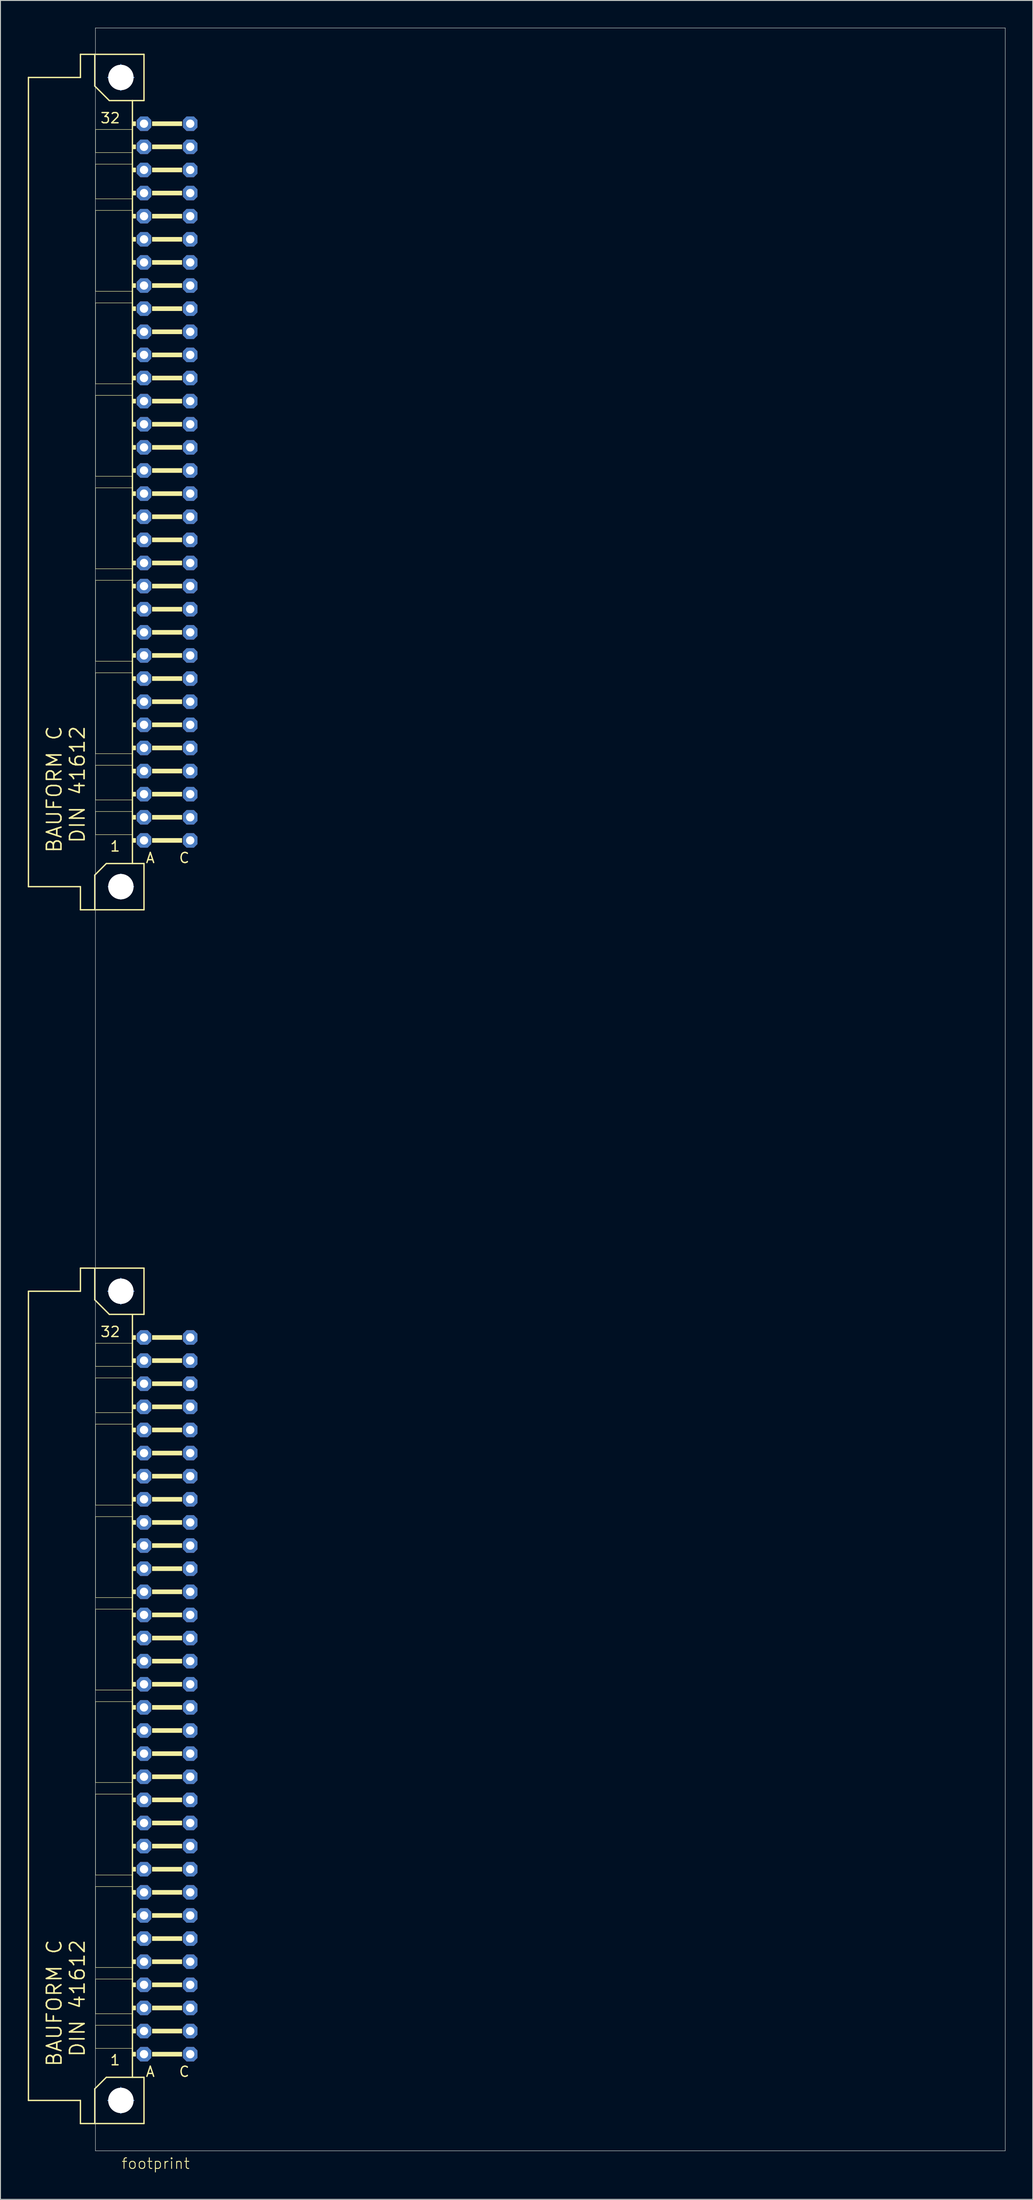
<source format=kicad_pcb>
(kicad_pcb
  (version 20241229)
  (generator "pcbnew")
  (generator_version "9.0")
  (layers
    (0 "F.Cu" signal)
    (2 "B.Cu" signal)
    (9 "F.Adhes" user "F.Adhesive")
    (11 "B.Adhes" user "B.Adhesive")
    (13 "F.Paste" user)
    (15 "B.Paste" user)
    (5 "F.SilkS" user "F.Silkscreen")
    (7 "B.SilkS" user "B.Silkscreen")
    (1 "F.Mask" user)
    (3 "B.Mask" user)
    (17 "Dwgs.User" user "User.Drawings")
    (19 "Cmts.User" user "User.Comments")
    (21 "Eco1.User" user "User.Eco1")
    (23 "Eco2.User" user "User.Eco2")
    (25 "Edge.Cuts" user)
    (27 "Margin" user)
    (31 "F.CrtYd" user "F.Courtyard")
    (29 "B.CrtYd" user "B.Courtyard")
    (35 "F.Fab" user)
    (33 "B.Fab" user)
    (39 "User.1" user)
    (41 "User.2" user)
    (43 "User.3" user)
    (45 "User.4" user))
  (footprint "footprint"
    (layer "F.Cu")
    (at 7.696 234.061)
    (property "Reference" "footprint" (at 2.54 1.27 0) (layer "F.SilkS") (effects (font (size 1.168 1.168) (thickness 0.102)) (justify left bottom)))
    (fp_line (start -7.62 -228.6) (end -7.62 -139.7) (stroke (width 0.152) (type solid)) (layer "F.SilkS"))
    (fp_line (start -7.62 -139.7) (end -1.905 -139.7) (stroke (width 0.152) (type solid)) (layer "F.SilkS"))
    (fp_line (start -7.62 -95.25) (end -7.62 -6.35) (stroke (width 0.152) (type solid)) (layer "F.SilkS"))
    (fp_line (start -7.62 -6.35) (end -1.905 -6.35) (stroke (width 0.152) (type solid)) (layer "F.SilkS"))
    (fp_line (start -1.905 -231.14) (end -1.905 -228.6) (stroke (width 0.152) (type solid)) (layer "F.SilkS"))
    (fp_line (start -1.905 -228.6) (end -7.62 -228.6) (stroke (width 0.152) (type solid)) (layer "F.SilkS"))
    (fp_line (start -1.905 -139.7) (end -1.905 -137.16) (stroke (width 0.152) (type solid)) (layer "F.SilkS"))
    (fp_line (start -1.905 -137.16) (end -0.33 -137.16) (stroke (width 0.152) (type solid)) (layer "F.SilkS"))
    (fp_line (start -1.905 -97.79) (end -1.905 -95.25) (stroke (width 0.152) (type solid)) (layer "F.SilkS"))
    (fp_line (start -1.905 -95.25) (end -7.62 -95.25) (stroke (width 0.152) (type solid)) (layer "F.SilkS"))
    (fp_line (start -1.905 -6.35) (end -1.905 -3.81) (stroke (width 0.152) (type solid)) (layer "F.SilkS"))
    (fp_line (start -1.905 -3.81) (end -0.33 -3.81) (stroke (width 0.152) (type solid)) (layer "F.SilkS"))
    (fp_line (start -0.33 -231.14) (end -1.905 -231.14) (stroke (width 0.152) (type solid)) (layer "F.SilkS"))
    (fp_line (start -0.33 -227.66) (end -0.33 -231.14) (stroke (width 0.152) (type solid)) (layer "F.SilkS"))
    (fp_line (start -0.33 -227.66) (end 1.27 -226.06) (stroke (width 0.152) (type solid)) (layer "F.SilkS"))
    (fp_line (start -0.33 -140.97) (end -0.33 -137.16) (stroke (width 0.152) (type solid)) (layer "F.SilkS"))
    (fp_line (start -0.33 -137.16) (end 5.08 -137.16) (stroke (width 0.152) (type solid)) (layer "F.SilkS"))
    (fp_line (start -0.33 -97.79) (end -1.905 -97.79) (stroke (width 0.152) (type solid)) (layer "F.SilkS"))
    (fp_line (start -0.33 -94.31) (end -0.33 -97.79) (stroke (width 0.152) (type solid)) (layer "F.SilkS"))
    (fp_line (start -0.33 -94.31) (end 1.27 -92.71) (stroke (width 0.152) (type solid)) (layer "F.SilkS"))
    (fp_line (start -0.33 -7.62) (end -0.33 -3.81) (stroke (width 0.152) (type solid)) (layer "F.SilkS"))
    (fp_line (start -0.33 -3.81) (end 5.08 -3.81) (stroke (width 0.152) (type solid)) (layer "F.SilkS"))
    (fp_line (start -0.254 -222.885) (end 3.81 -222.885) (stroke (width 0.051) (type solid)) (layer "F.SilkS"))
    (fp_line (start -0.254 -220.345) (end -0.254 -222.885) (stroke (width 0.051) (type solid)) (layer "F.SilkS"))
    (fp_line (start -0.254 -220.345) (end 3.81 -220.345) (stroke (width 0.051) (type solid)) (layer "F.SilkS"))
    (fp_line (start -0.254 -219.075) (end 3.81 -219.075) (stroke (width 0.051) (type solid)) (layer "F.SilkS"))
    (fp_line (start -0.254 -215.265) (end -0.254 -219.075) (stroke (width 0.051) (type solid)) (layer "F.SilkS"))
    (fp_line (start -0.254 -215.265) (end 3.81 -215.265) (stroke (width 0.051) (type solid)) (layer "F.SilkS"))
    (fp_line (start -0.254 -213.995) (end 3.81 -213.995) (stroke (width 0.051) (type solid)) (layer "F.SilkS"))
    (fp_line (start -0.254 -205.105) (end -0.254 -213.995) (stroke (width 0.051) (type solid)) (layer "F.SilkS"))
    (fp_line (start -0.254 -205.105) (end 3.81 -205.105) (stroke (width 0.051) (type solid)) (layer "F.SilkS"))
    (fp_line (start -0.254 -203.835) (end 3.81 -203.835) (stroke (width 0.051) (type solid)) (layer "F.SilkS"))
    (fp_line (start -0.254 -194.945) (end -0.254 -203.835) (stroke (width 0.051) (type solid)) (layer "F.SilkS"))
    (fp_line (start -0.254 -194.945) (end 3.81 -194.945) (stroke (width 0.051) (type solid)) (layer "F.SilkS"))
    (fp_line (start -0.254 -193.675) (end 3.81 -193.675) (stroke (width 0.051) (type solid)) (layer "F.SilkS"))
    (fp_line (start -0.254 -184.785) (end -0.254 -193.675) (stroke (width 0.051) (type solid)) (layer "F.SilkS"))
    (fp_line (start -0.254 -184.785) (end 3.81 -184.785) (stroke (width 0.051) (type solid)) (layer "F.SilkS"))
    (fp_line (start -0.254 -183.515) (end 3.81 -183.515) (stroke (width 0.051) (type solid)) (layer "F.SilkS"))
    (fp_line (start -0.254 -174.625) (end -0.254 -183.515) (stroke (width 0.051) (type solid)) (layer "F.SilkS"))
    (fp_line (start -0.254 -174.625) (end 3.81 -174.625) (stroke (width 0.051) (type solid)) (layer "F.SilkS"))
    (fp_line (start -0.254 -173.355) (end 3.81 -173.355) (stroke (width 0.051) (type solid)) (layer "F.SilkS"))
    (fp_line (start -0.254 -164.465) (end -0.254 -173.355) (stroke (width 0.051) (type solid)) (layer "F.SilkS"))
    (fp_line (start -0.254 -164.465) (end 3.81 -164.465) (stroke (width 0.051) (type solid)) (layer "F.SilkS"))
    (fp_line (start -0.254 -163.195) (end 3.81 -163.195) (stroke (width 0.051) (type solid)) (layer "F.SilkS"))
    (fp_line (start -0.254 -154.305) (end -0.254 -163.195) (stroke (width 0.051) (type solid)) (layer "F.SilkS"))
    (fp_line (start -0.254 -154.305) (end 3.81 -154.305) (stroke (width 0.051) (type solid)) (layer "F.SilkS"))
    (fp_line (start -0.254 -153.035) (end 3.81 -153.035) (stroke (width 0.051) (type solid)) (layer "F.SilkS"))
    (fp_line (start -0.254 -149.225) (end -0.254 -153.035) (stroke (width 0.051) (type solid)) (layer "F.SilkS"))
    (fp_line (start -0.254 -149.225) (end 3.81 -149.225) (stroke (width 0.051) (type solid)) (layer "F.SilkS"))
    (fp_line (start -0.254 -147.955) (end 3.81 -147.955) (stroke (width 0.051) (type solid)) (layer "F.SilkS"))
    (fp_line (start -0.254 -145.415) (end -0.254 -147.955) (stroke (width 0.051) (type solid)) (layer "F.SilkS"))
    (fp_line (start -0.254 -145.415) (end 3.81 -145.415) (stroke (width 0.051) (type solid)) (layer "F.SilkS"))
    (fp_line (start -0.254 -89.535) (end 3.81 -89.535) (stroke (width 0.051) (type solid)) (layer "F.SilkS"))
    (fp_line (start -0.254 -86.995) (end -0.254 -89.535) (stroke (width 0.051) (type solid)) (layer "F.SilkS"))
    (fp_line (start -0.254 -86.995) (end 3.81 -86.995) (stroke (width 0.051) (type solid)) (layer "F.SilkS"))
    (fp_line (start -0.254 -85.725) (end 3.81 -85.725) (stroke (width 0.051) (type solid)) (layer "F.SilkS"))
    (fp_line (start -0.254 -81.915) (end -0.254 -85.725) (stroke (width 0.051) (type solid)) (layer "F.SilkS"))
    (fp_line (start -0.254 -81.915) (end 3.81 -81.915) (stroke (width 0.051) (type solid)) (layer "F.SilkS"))
    (fp_line (start -0.254 -80.645) (end 3.81 -80.645) (stroke (width 0.051) (type solid)) (layer "F.SilkS"))
    (fp_line (start -0.254 -71.755) (end -0.254 -80.645) (stroke (width 0.051) (type solid)) (layer "F.SilkS"))
    (fp_line (start -0.254 -71.755) (end 3.81 -71.755) (stroke (width 0.051) (type solid)) (layer "F.SilkS"))
    (fp_line (start -0.254 -70.485) (end 3.81 -70.485) (stroke (width 0.051) (type solid)) (layer "F.SilkS"))
    (fp_line (start -0.254 -61.595) (end -0.254 -70.485) (stroke (width 0.051) (type solid)) (layer "F.SilkS"))
    (fp_line (start -0.254 -61.595) (end 3.81 -61.595) (stroke (width 0.051) (type solid)) (layer "F.SilkS"))
    (fp_line (start -0.254 -60.325) (end 3.81 -60.325) (stroke (width 0.051) (type solid)) (layer "F.SilkS"))
    (fp_line (start -0.254 -51.435) (end -0.254 -60.325) (stroke (width 0.051) (type solid)) (layer "F.SilkS"))
    (fp_line (start -0.254 -51.435) (end 3.81 -51.435) (stroke (width 0.051) (type solid)) (layer "F.SilkS"))
    (fp_line (start -0.254 -50.165) (end 3.81 -50.165) (stroke (width 0.051) (type solid)) (layer "F.SilkS"))
    (fp_line (start -0.254 -41.275) (end -0.254 -50.165) (stroke (width 0.051) (type solid)) (layer "F.SilkS"))
    (fp_line (start -0.254 -41.275) (end 3.81 -41.275) (stroke (width 0.051) (type solid)) (layer "F.SilkS"))
    (fp_line (start -0.254 -40.005) (end 3.81 -40.005) (stroke (width 0.051) (type solid)) (layer "F.SilkS"))
    (fp_line (start -0.254 -31.115) (end -0.254 -40.005) (stroke (width 0.051) (type solid)) (layer "F.SilkS"))
    (fp_line (start -0.254 -31.115) (end 3.81 -31.115) (stroke (width 0.051) (type solid)) (layer "F.SilkS"))
    (fp_line (start -0.254 -29.845) (end 3.81 -29.845) (stroke (width 0.051) (type solid)) (layer "F.SilkS"))
    (fp_line (start -0.254 -20.955) (end -0.254 -29.845) (stroke (width 0.051) (type solid)) (layer "F.SilkS"))
    (fp_line (start -0.254 -20.955) (end 3.81 -20.955) (stroke (width 0.051) (type solid)) (layer "F.SilkS"))
    (fp_line (start -0.254 -19.685) (end 3.81 -19.685) (stroke (width 0.051) (type solid)) (layer "F.SilkS"))
    (fp_line (start -0.254 -15.875) (end -0.254 -19.685) (stroke (width 0.051) (type solid)) (layer "F.SilkS"))
    (fp_line (start -0.254 -15.875) (end 3.81 -15.875) (stroke (width 0.051) (type solid)) (layer "F.SilkS"))
    (fp_line (start -0.254 -14.605) (end 3.81 -14.605) (stroke (width 0.051) (type solid)) (layer "F.SilkS"))
    (fp_line (start -0.254 -12.065) (end -0.254 -14.605) (stroke (width 0.051) (type solid)) (layer "F.SilkS"))
    (fp_line (start -0.254 -12.065) (end 3.81 -12.065) (stroke (width 0.051) (type solid)) (layer "F.SilkS"))
    (fp_line (start 0.94 -142.24) (end -0.33 -140.97) (stroke (width 0.152) (type solid)) (layer "F.SilkS"))
    (fp_line (start 0.94 -8.89) (end -0.33 -7.62) (stroke (width 0.152) (type solid)) (layer "F.SilkS"))
    (fp_line (start 3.81 -226.06) (end 1.27 -226.06) (stroke (width 0.152) (type solid)) (layer "F.SilkS"))
    (fp_line (start 3.81 -222.885) (end 3.81 -226.06) (stroke (width 0.152) (type solid)) (layer "F.SilkS"))
    (fp_line (start 3.81 -220.345) (end 3.81 -222.885) (stroke (width 0.152) (type solid)) (layer "F.SilkS"))
    (fp_line (start 3.81 -219.075) (end 3.81 -220.345) (stroke (width 0.152) (type solid)) (layer "F.SilkS"))
    (fp_line (start 3.81 -215.265) (end 3.81 -219.075) (stroke (width 0.152) (type solid)) (layer "F.SilkS"))
    (fp_line (start 3.81 -213.995) (end 3.81 -215.265) (stroke (width 0.152) (type solid)) (layer "F.SilkS"))
    (fp_line (start 3.81 -205.105) (end 3.81 -213.995) (stroke (width 0.152) (type solid)) (layer "F.SilkS"))
    (fp_line (start 3.81 -203.835) (end 3.81 -205.105) (stroke (width 0.152) (type solid)) (layer "F.SilkS"))
    (fp_line (start 3.81 -194.945) (end 3.81 -203.835) (stroke (width 0.152) (type solid)) (layer "F.SilkS"))
    (fp_line (start 3.81 -193.675) (end 3.81 -194.945) (stroke (width 0.152) (type solid)) (layer "F.SilkS"))
    (fp_line (start 3.81 -184.785) (end 3.81 -193.675) (stroke (width 0.152) (type solid)) (layer "F.SilkS"))
    (fp_line (start 3.81 -183.515) (end 3.81 -184.785) (stroke (width 0.152) (type solid)) (layer "F.SilkS"))
    (fp_line (start 3.81 -174.625) (end 3.81 -183.515) (stroke (width 0.152) (type solid)) (layer "F.SilkS"))
    (fp_line (start 3.81 -173.355) (end 3.81 -174.625) (stroke (width 0.152) (type solid)) (layer "F.SilkS"))
    (fp_line (start 3.81 -164.465) (end 3.81 -173.355) (stroke (width 0.152) (type solid)) (layer "F.SilkS"))
    (fp_line (start 3.81 -163.195) (end 3.81 -164.465) (stroke (width 0.152) (type solid)) (layer "F.SilkS"))
    (fp_line (start 3.81 -154.305) (end 3.81 -163.195) (stroke (width 0.152) (type solid)) (layer "F.SilkS"))
    (fp_line (start 3.81 -153.035) (end 3.81 -154.305) (stroke (width 0.152) (type solid)) (layer "F.SilkS"))
    (fp_line (start 3.81 -149.225) (end 3.81 -153.035) (stroke (width 0.152) (type solid)) (layer "F.SilkS"))
    (fp_line (start 3.81 -147.955) (end 3.81 -149.225) (stroke (width 0.152) (type solid)) (layer "F.SilkS"))
    (fp_line (start 3.81 -145.415) (end 3.81 -147.955) (stroke (width 0.152) (type solid)) (layer "F.SilkS"))
    (fp_line (start 3.81 -142.24) (end 0.94 -142.24) (stroke (width 0.152) (type solid)) (layer "F.SilkS"))
    (fp_line (start 3.81 -142.24) (end 3.81 -145.415) (stroke (width 0.152) (type solid)) (layer "F.SilkS"))
    (fp_line (start 3.81 -92.71) (end 1.27 -92.71) (stroke (width 0.152) (type solid)) (layer "F.SilkS"))
    (fp_line (start 3.81 -89.535) (end 3.81 -92.71) (stroke (width 0.152) (type solid)) (layer "F.SilkS"))
    (fp_line (start 3.81 -86.995) (end 3.81 -89.535) (stroke (width 0.152) (type solid)) (layer "F.SilkS"))
    (fp_line (start 3.81 -85.725) (end 3.81 -86.995) (stroke (width 0.152) (type solid)) (layer "F.SilkS"))
    (fp_line (start 3.81 -81.915) (end 3.81 -85.725) (stroke (width 0.152) (type solid)) (layer "F.SilkS"))
    (fp_line (start 3.81 -80.645) (end 3.81 -81.915) (stroke (width 0.152) (type solid)) (layer "F.SilkS"))
    (fp_line (start 3.81 -71.755) (end 3.81 -80.645) (stroke (width 0.152) (type solid)) (layer "F.SilkS"))
    (fp_line (start 3.81 -70.485) (end 3.81 -71.755) (stroke (width 0.152) (type solid)) (layer "F.SilkS"))
    (fp_line (start 3.81 -61.595) (end 3.81 -70.485) (stroke (width 0.152) (type solid)) (layer "F.SilkS"))
    (fp_line (start 3.81 -60.325) (end 3.81 -61.595) (stroke (width 0.152) (type solid)) (layer "F.SilkS"))
    (fp_line (start 3.81 -51.435) (end 3.81 -60.325) (stroke (width 0.152) (type solid)) (layer "F.SilkS"))
    (fp_line (start 3.81 -50.165) (end 3.81 -51.435) (stroke (width 0.152) (type solid)) (layer "F.SilkS"))
    (fp_line (start 3.81 -41.275) (end 3.81 -50.165) (stroke (width 0.152) (type solid)) (layer "F.SilkS"))
    (fp_line (start 3.81 -40.005) (end 3.81 -41.275) (stroke (width 0.152) (type solid)) (layer "F.SilkS"))
    (fp_line (start 3.81 -31.115) (end 3.81 -40.005) (stroke (width 0.152) (type solid)) (layer "F.SilkS"))
    (fp_line (start 3.81 -29.845) (end 3.81 -31.115) (stroke (width 0.152) (type solid)) (layer "F.SilkS"))
    (fp_line (start 3.81 -20.955) (end 3.81 -29.845) (stroke (width 0.152) (type solid)) (layer "F.SilkS"))
    (fp_line (start 3.81 -19.685) (end 3.81 -20.955) (stroke (width 0.152) (type solid)) (layer "F.SilkS"))
    (fp_line (start 3.81 -15.875) (end 3.81 -19.685) (stroke (width 0.152) (type solid)) (layer "F.SilkS"))
    (fp_line (start 3.81 -14.605) (end 3.81 -15.875) (stroke (width 0.152) (type solid)) (layer "F.SilkS"))
    (fp_line (start 3.81 -12.065) (end 3.81 -14.605) (stroke (width 0.152) (type solid)) (layer "F.SilkS"))
    (fp_line (start 3.81 -8.89) (end 0.94 -8.89) (stroke (width 0.152) (type solid)) (layer "F.SilkS"))
    (fp_line (start 3.81 -8.89) (end 3.81 -12.065) (stroke (width 0.152) (type solid)) (layer "F.SilkS"))
    (fp_line (start 5.08 -231.14) (end -0.33 -231.14) (stroke (width 0.152) (type solid)) (layer "F.SilkS"))
    (fp_line (start 5.08 -226.06) (end 3.81 -226.06) (stroke (width 0.152) (type solid)) (layer "F.SilkS"))
    (fp_line (start 5.08 -226.06) (end 5.08 -231.14) (stroke (width 0.152) (type solid)) (layer "F.SilkS"))
    (fp_line (start 5.08 -142.24) (end 3.81 -142.24) (stroke (width 0.152) (type solid)) (layer "F.SilkS"))
    (fp_line (start 5.08 -137.16) (end 5.08 -142.24) (stroke (width 0.152) (type solid)) (layer "F.SilkS"))
    (fp_line (start 5.08 -97.79) (end -0.33 -97.79) (stroke (width 0.152) (type solid)) (layer "F.SilkS"))
    (fp_line (start 5.08 -92.71) (end 3.81 -92.71) (stroke (width 0.152) (type solid)) (layer "F.SilkS"))
    (fp_line (start 5.08 -92.71) (end 5.08 -97.79) (stroke (width 0.152) (type solid)) (layer "F.SilkS"))
    (fp_line (start 5.08 -8.89) (end 3.81 -8.89) (stroke (width 0.152) (type solid)) (layer "F.SilkS"))
    (fp_line (start 5.08 -3.81) (end 5.08 -8.89) (stroke (width 0.152) (type solid)) (layer "F.SilkS"))
    (fp_poly (pts (xy 4.191 -223.774) (xy 3.81 -223.774) (xy 3.81 -223.266) (xy 4.191 -223.266)) (stroke (width 0) (type solid)) (fill yes) (layer "F.SilkS"))
    (fp_poly (pts (xy 4.191 -221.234) (xy 3.81 -221.234) (xy 3.81 -220.726) (xy 4.191 -220.726)) (stroke (width 0) (type solid)) (fill yes) (layer "F.SilkS"))
    (fp_poly (pts (xy 4.191 -218.694) (xy 3.81 -218.694) (xy 3.81 -218.186) (xy 4.191 -218.186)) (stroke (width 0) (type solid)) (fill yes) (layer "F.SilkS"))
    (fp_poly (pts (xy 4.191 -216.154) (xy 3.81 -216.154) (xy 3.81 -215.646) (xy 4.191 -215.646)) (stroke (width 0) (type solid)) (fill yes) (layer "F.SilkS"))
    (fp_poly (pts (xy 4.191 -213.614) (xy 3.81 -213.614) (xy 3.81 -213.106) (xy 4.191 -213.106)) (stroke (width 0) (type solid)) (fill yes) (layer "F.SilkS"))
    (fp_poly (pts (xy 4.191 -211.074) (xy 3.81 -211.074) (xy 3.81 -210.566) (xy 4.191 -210.566)) (stroke (width 0) (type solid)) (fill yes) (layer "F.SilkS"))
    (fp_poly (pts (xy 4.191 -208.534) (xy 3.81 -208.534) (xy 3.81 -208.026) (xy 4.191 -208.026)) (stroke (width 0) (type solid)) (fill yes) (layer "F.SilkS"))
    (fp_poly (pts (xy 4.191 -205.994) (xy 3.81 -205.994) (xy 3.81 -205.486) (xy 4.191 -205.486)) (stroke (width 0) (type solid)) (fill yes) (layer "F.SilkS"))
    (fp_poly (pts (xy 4.191 -203.454) (xy 3.81 -203.454) (xy 3.81 -202.946) (xy 4.191 -202.946)) (stroke (width 0) (type solid)) (fill yes) (layer "F.SilkS"))
    (fp_poly (pts (xy 4.191 -200.914) (xy 3.81 -200.914) (xy 3.81 -200.406) (xy 4.191 -200.406)) (stroke (width 0) (type solid)) (fill yes) (layer "F.SilkS"))
    (fp_poly (pts (xy 4.191 -198.374) (xy 3.81 -198.374) (xy 3.81 -197.866) (xy 4.191 -197.866)) (stroke (width 0) (type solid)) (fill yes) (layer "F.SilkS"))
    (fp_poly (pts (xy 4.191 -195.834) (xy 3.81 -195.834) (xy 3.81 -195.326) (xy 4.191 -195.326)) (stroke (width 0) (type solid)) (fill yes) (layer "F.SilkS"))
    (fp_poly (pts (xy 4.191 -193.294) (xy 3.81 -193.294) (xy 3.81 -192.786) (xy 4.191 -192.786)) (stroke (width 0) (type solid)) (fill yes) (layer "F.SilkS"))
    (fp_poly (pts (xy 4.191 -190.754) (xy 3.81 -190.754) (xy 3.81 -190.246) (xy 4.191 -190.246)) (stroke (width 0) (type solid)) (fill yes) (layer "F.SilkS"))
    (fp_poly (pts (xy 4.191 -188.214) (xy 3.81 -188.214) (xy 3.81 -187.706) (xy 4.191 -187.706)) (stroke (width 0) (type solid)) (fill yes) (layer "F.SilkS"))
    (fp_poly (pts (xy 4.191 -185.674) (xy 3.81 -185.674) (xy 3.81 -185.166) (xy 4.191 -185.166)) (stroke (width 0) (type solid)) (fill yes) (layer "F.SilkS"))
    (fp_poly (pts (xy 4.191 -183.134) (xy 3.81 -183.134) (xy 3.81 -182.626) (xy 4.191 -182.626)) (stroke (width 0) (type solid)) (fill yes) (layer "F.SilkS"))
    (fp_poly (pts (xy 4.191 -180.594) (xy 3.81 -180.594) (xy 3.81 -180.086) (xy 4.191 -180.086)) (stroke (width 0) (type solid)) (fill yes) (layer "F.SilkS"))
    (fp_poly (pts (xy 4.191 -178.054) (xy 3.81 -178.054) (xy 3.81 -177.546) (xy 4.191 -177.546)) (stroke (width 0) (type solid)) (fill yes) (layer "F.SilkS"))
    (fp_poly (pts (xy 4.191 -175.514) (xy 3.81 -175.514) (xy 3.81 -175.006) (xy 4.191 -175.006)) (stroke (width 0) (type solid)) (fill yes) (layer "F.SilkS"))
    (fp_poly (pts (xy 4.191 -172.974) (xy 3.81 -172.974) (xy 3.81 -172.466) (xy 4.191 -172.466)) (stroke (width 0) (type solid)) (fill yes) (layer "F.SilkS"))
    (fp_poly (pts (xy 4.191 -170.434) (xy 3.81 -170.434) (xy 3.81 -169.926) (xy 4.191 -169.926)) (stroke (width 0) (type solid)) (fill yes) (layer "F.SilkS"))
    (fp_poly (pts (xy 4.191 -167.894) (xy 3.81 -167.894) (xy 3.81 -167.386) (xy 4.191 -167.386)) (stroke (width 0) (type solid)) (fill yes) (layer "F.SilkS"))
    (fp_poly (pts (xy 4.191 -165.354) (xy 3.81 -165.354) (xy 3.81 -164.846) (xy 4.191 -164.846)) (stroke (width 0) (type solid)) (fill yes) (layer "F.SilkS"))
    (fp_poly (pts (xy 4.191 -162.814) (xy 3.81 -162.814) (xy 3.81 -162.306) (xy 4.191 -162.306)) (stroke (width 0) (type solid)) (fill yes) (layer "F.SilkS"))
    (fp_poly (pts (xy 4.191 -160.274) (xy 3.81 -160.274) (xy 3.81 -159.766) (xy 4.191 -159.766)) (stroke (width 0) (type solid)) (fill yes) (layer "F.SilkS"))
    (fp_poly (pts (xy 4.191 -157.734) (xy 3.81 -157.734) (xy 3.81 -157.226) (xy 4.191 -157.226)) (stroke (width 0) (type solid)) (fill yes) (layer "F.SilkS"))
    (fp_poly (pts (xy 4.191 -155.194) (xy 3.81 -155.194) (xy 3.81 -154.686) (xy 4.191 -154.686)) (stroke (width 0) (type solid)) (fill yes) (layer "F.SilkS"))
    (fp_poly (pts (xy 4.191 -152.654) (xy 3.81 -152.654) (xy 3.81 -152.146) (xy 4.191 -152.146)) (stroke (width 0) (type solid)) (fill yes) (layer "F.SilkS"))
    (fp_poly (pts (xy 4.191 -150.114) (xy 3.81 -150.114) (xy 3.81 -149.606) (xy 4.191 -149.606)) (stroke (width 0) (type solid)) (fill yes) (layer "F.SilkS"))
    (fp_poly (pts (xy 4.191 -147.574) (xy 3.81 -147.574) (xy 3.81 -147.066) (xy 4.191 -147.066)) (stroke (width 0) (type solid)) (fill yes) (layer "F.SilkS"))
    (fp_poly (pts (xy 4.191 -145.034) (xy 3.81 -145.034) (xy 3.81 -144.526) (xy 4.191 -144.526)) (stroke (width 0) (type solid)) (fill yes) (layer "F.SilkS"))
    (fp_poly (pts (xy 4.191 -90.424) (xy 3.81 -90.424) (xy 3.81 -89.916) (xy 4.191 -89.916)) (stroke (width 0) (type solid)) (fill yes) (layer "F.SilkS"))
    (fp_poly (pts (xy 4.191 -87.884) (xy 3.81 -87.884) (xy 3.81 -87.376) (xy 4.191 -87.376)) (stroke (width 0) (type solid)) (fill yes) (layer "F.SilkS"))
    (fp_poly (pts (xy 4.191 -85.344) (xy 3.81 -85.344) (xy 3.81 -84.836) (xy 4.191 -84.836)) (stroke (width 0) (type solid)) (fill yes) (layer "F.SilkS"))
    (fp_poly (pts (xy 4.191 -82.804) (xy 3.81 -82.804) (xy 3.81 -82.296) (xy 4.191 -82.296)) (stroke (width 0) (type solid)) (fill yes) (layer "F.SilkS"))
    (fp_poly (pts (xy 4.191 -80.264) (xy 3.81 -80.264) (xy 3.81 -79.756) (xy 4.191 -79.756)) (stroke (width 0) (type solid)) (fill yes) (layer "F.SilkS"))
    (fp_poly (pts (xy 4.191 -77.724) (xy 3.81 -77.724) (xy 3.81 -77.216) (xy 4.191 -77.216)) (stroke (width 0) (type solid)) (fill yes) (layer "F.SilkS"))
    (fp_poly (pts (xy 4.191 -75.184) (xy 3.81 -75.184) (xy 3.81 -74.676) (xy 4.191 -74.676)) (stroke (width 0) (type solid)) (fill yes) (layer "F.SilkS"))
    (fp_poly (pts (xy 4.191 -72.644) (xy 3.81 -72.644) (xy 3.81 -72.136) (xy 4.191 -72.136)) (stroke (width 0) (type solid)) (fill yes) (layer "F.SilkS"))
    (fp_poly (pts (xy 4.191 -70.104) (xy 3.81 -70.104) (xy 3.81 -69.596) (xy 4.191 -69.596)) (stroke (width 0) (type solid)) (fill yes) (layer "F.SilkS"))
    (fp_poly (pts (xy 4.191 -67.564) (xy 3.81 -67.564) (xy 3.81 -67.056) (xy 4.191 -67.056)) (stroke (width 0) (type solid)) (fill yes) (layer "F.SilkS"))
    (fp_poly (pts (xy 4.191 -65.024) (xy 3.81 -65.024) (xy 3.81 -64.516) (xy 4.191 -64.516)) (stroke (width 0) (type solid)) (fill yes) (layer "F.SilkS"))
    (fp_poly (pts (xy 4.191 -62.484) (xy 3.81 -62.484) (xy 3.81 -61.976) (xy 4.191 -61.976)) (stroke (width 0) (type solid)) (fill yes) (layer "F.SilkS"))
    (fp_poly (pts (xy 4.191 -59.944) (xy 3.81 -59.944) (xy 3.81 -59.436) (xy 4.191 -59.436)) (stroke (width 0) (type solid)) (fill yes) (layer "F.SilkS"))
    (fp_poly (pts (xy 4.191 -57.404) (xy 3.81 -57.404) (xy 3.81 -56.896) (xy 4.191 -56.896)) (stroke (width 0) (type solid)) (fill yes) (layer "F.SilkS"))
    (fp_poly (pts (xy 4.191 -54.864) (xy 3.81 -54.864) (xy 3.81 -54.356) (xy 4.191 -54.356)) (stroke (width 0) (type solid)) (fill yes) (layer "F.SilkS"))
    (fp_poly (pts (xy 4.191 -52.324) (xy 3.81 -52.324) (xy 3.81 -51.816) (xy 4.191 -51.816)) (stroke (width 0) (type solid)) (fill yes) (layer "F.SilkS"))
    (fp_poly (pts (xy 4.191 -49.784) (xy 3.81 -49.784) (xy 3.81 -49.276) (xy 4.191 -49.276)) (stroke (width 0) (type solid)) (fill yes) (layer "F.SilkS"))
    (fp_poly (pts (xy 4.191 -47.244) (xy 3.81 -47.244) (xy 3.81 -46.736) (xy 4.191 -46.736)) (stroke (width 0) (type solid)) (fill yes) (layer "F.SilkS"))
    (fp_poly (pts (xy 4.191 -44.704) (xy 3.81 -44.704) (xy 3.81 -44.196) (xy 4.191 -44.196)) (stroke (width 0) (type solid)) (fill yes) (layer "F.SilkS"))
    (fp_poly (pts (xy 4.191 -42.164) (xy 3.81 -42.164) (xy 3.81 -41.656) (xy 4.191 -41.656)) (stroke (width 0) (type solid)) (fill yes) (layer "F.SilkS"))
    (fp_poly (pts (xy 4.191 -39.624) (xy 3.81 -39.624) (xy 3.81 -39.116) (xy 4.191 -39.116)) (stroke (width 0) (type solid)) (fill yes) (layer "F.SilkS"))
    (fp_poly (pts (xy 4.191 -37.084) (xy 3.81 -37.084) (xy 3.81 -36.576) (xy 4.191 -36.576)) (stroke (width 0) (type solid)) (fill yes) (layer "F.SilkS"))
    (fp_poly (pts (xy 4.191 -34.544) (xy 3.81 -34.544) (xy 3.81 -34.036) (xy 4.191 -34.036)) (stroke (width 0) (type solid)) (fill yes) (layer "F.SilkS"))
    (fp_poly (pts (xy 4.191 -32.004) (xy 3.81 -32.004) (xy 3.81 -31.496) (xy 4.191 -31.496)) (stroke (width 0) (type solid)) (fill yes) (layer "F.SilkS"))
    (fp_poly (pts (xy 4.191 -29.464) (xy 3.81 -29.464) (xy 3.81 -28.956) (xy 4.191 -28.956)) (stroke (width 0) (type solid)) (fill yes) (layer "F.SilkS"))
    (fp_poly (pts (xy 4.191 -26.924) (xy 3.81 -26.924) (xy 3.81 -26.416) (xy 4.191 -26.416)) (stroke (width 0) (type solid)) (fill yes) (layer "F.SilkS"))
    (fp_poly (pts (xy 4.191 -24.384) (xy 3.81 -24.384) (xy 3.81 -23.876) (xy 4.191 -23.876)) (stroke (width 0) (type solid)) (fill yes) (layer "F.SilkS"))
    (fp_poly (pts (xy 4.191 -21.844) (xy 3.81 -21.844) (xy 3.81 -21.336) (xy 4.191 -21.336)) (stroke (width 0) (type solid)) (fill yes) (layer "F.SilkS"))
    (fp_poly (pts (xy 4.191 -19.304) (xy 3.81 -19.304) (xy 3.81 -18.796) (xy 4.191 -18.796)) (stroke (width 0) (type solid)) (fill yes) (layer "F.SilkS"))
    (fp_poly (pts (xy 4.191 -16.764) (xy 3.81 -16.764) (xy 3.81 -16.256) (xy 4.191 -16.256)) (stroke (width 0) (type solid)) (fill yes) (layer "F.SilkS"))
    (fp_poly (pts (xy 4.191 -14.224) (xy 3.81 -14.224) (xy 3.81 -13.716) (xy 4.191 -13.716)) (stroke (width 0) (type solid)) (fill yes) (layer "F.SilkS"))
    (fp_poly (pts (xy 4.191 -11.684) (xy 3.81 -11.684) (xy 3.81 -11.176) (xy 4.191 -11.176)) (stroke (width 0) (type solid)) (fill yes) (layer "F.SilkS"))
    (fp_poly (pts (xy 9.271 -223.774) (xy 5.969 -223.774) (xy 5.969 -223.266) (xy 9.271 -223.266)) (stroke (width 0) (type solid)) (fill yes) (layer "F.SilkS"))
    (fp_poly (pts (xy 9.271 -221.234) (xy 5.969 -221.234) (xy 5.969 -220.726) (xy 9.271 -220.726)) (stroke (width 0) (type solid)) (fill yes) (layer "F.SilkS"))
    (fp_poly (pts (xy 9.271 -218.694) (xy 5.969 -218.694) (xy 5.969 -218.186) (xy 9.271 -218.186)) (stroke (width 0) (type solid)) (fill yes) (layer "F.SilkS"))
    (fp_poly (pts (xy 9.271 -216.154) (xy 5.969 -216.154) (xy 5.969 -215.646) (xy 9.271 -215.646)) (stroke (width 0) (type solid)) (fill yes) (layer "F.SilkS"))
    (fp_poly (pts (xy 9.271 -213.614) (xy 5.969 -213.614) (xy 5.969 -213.106) (xy 9.271 -213.106)) (stroke (width 0) (type solid)) (fill yes) (layer "F.SilkS"))
    (fp_poly (pts (xy 9.271 -211.074) (xy 5.969 -211.074) (xy 5.969 -210.566) (xy 9.271 -210.566)) (stroke (width 0) (type solid)) (fill yes) (layer "F.SilkS"))
    (fp_poly (pts (xy 9.271 -208.534) (xy 5.969 -208.534) (xy 5.969 -208.026) (xy 9.271 -208.026)) (stroke (width 0) (type solid)) (fill yes) (layer "F.SilkS"))
    (fp_poly (pts (xy 9.271 -205.994) (xy 5.969 -205.994) (xy 5.969 -205.486) (xy 9.271 -205.486)) (stroke (width 0) (type solid)) (fill yes) (layer "F.SilkS"))
    (fp_poly (pts (xy 9.271 -203.454) (xy 5.969 -203.454) (xy 5.969 -202.946) (xy 9.271 -202.946)) (stroke (width 0) (type solid)) (fill yes) (layer "F.SilkS"))
    (fp_poly (pts (xy 9.271 -200.914) (xy 5.969 -200.914) (xy 5.969 -200.406) (xy 9.271 -200.406)) (stroke (width 0) (type solid)) (fill yes) (layer "F.SilkS"))
    (fp_poly (pts (xy 9.271 -198.374) (xy 5.969 -198.374) (xy 5.969 -197.866) (xy 9.271 -197.866)) (stroke (width 0) (type solid)) (fill yes) (layer "F.SilkS"))
    (fp_poly (pts (xy 9.271 -195.834) (xy 5.969 -195.834) (xy 5.969 -195.326) (xy 9.271 -195.326)) (stroke (width 0) (type solid)) (fill yes) (layer "F.SilkS"))
    (fp_poly (pts (xy 9.271 -193.294) (xy 5.969 -193.294) (xy 5.969 -192.786) (xy 9.271 -192.786)) (stroke (width 0) (type solid)) (fill yes) (layer "F.SilkS"))
    (fp_poly (pts (xy 9.271 -190.754) (xy 5.969 -190.754) (xy 5.969 -190.246) (xy 9.271 -190.246)) (stroke (width 0) (type solid)) (fill yes) (layer "F.SilkS"))
    (fp_poly (pts (xy 9.271 -188.214) (xy 5.969 -188.214) (xy 5.969 -187.706) (xy 9.271 -187.706)) (stroke (width 0) (type solid)) (fill yes) (layer "F.SilkS"))
    (fp_poly (pts (xy 9.271 -185.674) (xy 5.969 -185.674) (xy 5.969 -185.166) (xy 9.271 -185.166)) (stroke (width 0) (type solid)) (fill yes) (layer "F.SilkS"))
    (fp_poly (pts (xy 9.271 -183.134) (xy 5.969 -183.134) (xy 5.969 -182.626) (xy 9.271 -182.626)) (stroke (width 0) (type solid)) (fill yes) (layer "F.SilkS"))
    (fp_poly (pts (xy 9.271 -180.594) (xy 5.969 -180.594) (xy 5.969 -180.086) (xy 9.271 -180.086)) (stroke (width 0) (type solid)) (fill yes) (layer "F.SilkS"))
    (fp_poly (pts (xy 9.271 -178.054) (xy 5.969 -178.054) (xy 5.969 -177.546) (xy 9.271 -177.546)) (stroke (width 0) (type solid)) (fill yes) (layer "F.SilkS"))
    (fp_poly (pts (xy 9.271 -175.514) (xy 5.969 -175.514) (xy 5.969 -175.006) (xy 9.271 -175.006)) (stroke (width 0) (type solid)) (fill yes) (layer "F.SilkS"))
    (fp_poly (pts (xy 9.271 -172.974) (xy 5.969 -172.974) (xy 5.969 -172.466) (xy 9.271 -172.466)) (stroke (width 0) (type solid)) (fill yes) (layer "F.SilkS"))
    (fp_poly (pts (xy 9.271 -170.434) (xy 5.969 -170.434) (xy 5.969 -169.926) (xy 9.271 -169.926)) (stroke (width 0) (type solid)) (fill yes) (layer "F.SilkS"))
    (fp_poly (pts (xy 9.271 -167.894) (xy 5.969 -167.894) (xy 5.969 -167.386) (xy 9.271 -167.386)) (stroke (width 0) (type solid)) (fill yes) (layer "F.SilkS"))
    (fp_poly (pts (xy 9.271 -165.354) (xy 5.969 -165.354) (xy 5.969 -164.846) (xy 9.271 -164.846)) (stroke (width 0) (type solid)) (fill yes) (layer "F.SilkS"))
    (fp_poly (pts (xy 9.271 -162.814) (xy 5.969 -162.814) (xy 5.969 -162.306) (xy 9.271 -162.306)) (stroke (width 0) (type solid)) (fill yes) (layer "F.SilkS"))
    (fp_poly (pts (xy 9.271 -160.274) (xy 5.969 -160.274) (xy 5.969 -159.766) (xy 9.271 -159.766)) (stroke (width 0) (type solid)) (fill yes) (layer "F.SilkS"))
    (fp_poly (pts (xy 9.271 -157.734) (xy 5.969 -157.734) (xy 5.969 -157.226) (xy 9.271 -157.226)) (stroke (width 0) (type solid)) (fill yes) (layer "F.SilkS"))
    (fp_poly (pts (xy 9.271 -155.194) (xy 5.969 -155.194) (xy 5.969 -154.686) (xy 9.271 -154.686)) (stroke (width 0) (type solid)) (fill yes) (layer "F.SilkS"))
    (fp_poly (pts (xy 9.271 -152.654) (xy 5.969 -152.654) (xy 5.969 -152.146) (xy 9.271 -152.146)) (stroke (width 0) (type solid)) (fill yes) (layer "F.SilkS"))
    (fp_poly (pts (xy 9.271 -150.114) (xy 5.969 -150.114) (xy 5.969 -149.606) (xy 9.271 -149.606)) (stroke (width 0) (type solid)) (fill yes) (layer "F.SilkS"))
    (fp_poly (pts (xy 9.271 -147.574) (xy 5.969 -147.574) (xy 5.969 -147.066) (xy 9.271 -147.066)) (stroke (width 0) (type solid)) (fill yes) (layer "F.SilkS"))
    (fp_poly (pts (xy 9.271 -145.034) (xy 5.969 -145.034) (xy 5.969 -144.526) (xy 9.271 -144.526)) (stroke (width 0) (type solid)) (fill yes) (layer "F.SilkS"))
    (fp_poly (pts (xy 9.271 -90.424) (xy 5.969 -90.424) (xy 5.969 -89.916) (xy 9.271 -89.916)) (stroke (width 0) (type solid)) (fill yes) (layer "F.SilkS"))
    (fp_poly (pts (xy 9.271 -87.884) (xy 5.969 -87.884) (xy 5.969 -87.376) (xy 9.271 -87.376)) (stroke (width 0) (type solid)) (fill yes) (layer "F.SilkS"))
    (fp_poly (pts (xy 9.271 -85.344) (xy 5.969 -85.344) (xy 5.969 -84.836) (xy 9.271 -84.836)) (stroke (width 0) (type solid)) (fill yes) (layer "F.SilkS"))
    (fp_poly (pts (xy 9.271 -82.804) (xy 5.969 -82.804) (xy 5.969 -82.296) (xy 9.271 -82.296)) (stroke (width 0) (type solid)) (fill yes) (layer "F.SilkS"))
    (fp_poly (pts (xy 9.271 -80.264) (xy 5.969 -80.264) (xy 5.969 -79.756) (xy 9.271 -79.756)) (stroke (width 0) (type solid)) (fill yes) (layer "F.SilkS"))
    (fp_poly (pts (xy 9.271 -77.724) (xy 5.969 -77.724) (xy 5.969 -77.216) (xy 9.271 -77.216)) (stroke (width 0) (type solid)) (fill yes) (layer "F.SilkS"))
    (fp_poly (pts (xy 9.271 -75.184) (xy 5.969 -75.184) (xy 5.969 -74.676) (xy 9.271 -74.676)) (stroke (width 0) (type solid)) (fill yes) (layer "F.SilkS"))
    (fp_poly (pts (xy 9.271 -72.644) (xy 5.969 -72.644) (xy 5.969 -72.136) (xy 9.271 -72.136)) (stroke (width 0) (type solid)) (fill yes) (layer "F.SilkS"))
    (fp_poly (pts (xy 9.271 -70.104) (xy 5.969 -70.104) (xy 5.969 -69.596) (xy 9.271 -69.596)) (stroke (width 0) (type solid)) (fill yes) (layer "F.SilkS"))
    (fp_poly (pts (xy 9.271 -67.564) (xy 5.969 -67.564) (xy 5.969 -67.056) (xy 9.271 -67.056)) (stroke (width 0) (type solid)) (fill yes) (layer "F.SilkS"))
    (fp_poly (pts (xy 9.271 -65.024) (xy 5.969 -65.024) (xy 5.969 -64.516) (xy 9.271 -64.516)) (stroke (width 0) (type solid)) (fill yes) (layer "F.SilkS"))
    (fp_poly (pts (xy 9.271 -62.484) (xy 5.969 -62.484) (xy 5.969 -61.976) (xy 9.271 -61.976)) (stroke (width 0) (type solid)) (fill yes) (layer "F.SilkS"))
    (fp_poly (pts (xy 9.271 -59.944) (xy 5.969 -59.944) (xy 5.969 -59.436) (xy 9.271 -59.436)) (stroke (width 0) (type solid)) (fill yes) (layer "F.SilkS"))
    (fp_poly (pts (xy 9.271 -57.404) (xy 5.969 -57.404) (xy 5.969 -56.896) (xy 9.271 -56.896)) (stroke (width 0) (type solid)) (fill yes) (layer "F.SilkS"))
    (fp_poly (pts (xy 9.271 -54.864) (xy 5.969 -54.864) (xy 5.969 -54.356) (xy 9.271 -54.356)) (stroke (width 0) (type solid)) (fill yes) (layer "F.SilkS"))
    (fp_poly (pts (xy 9.271 -52.324) (xy 5.969 -52.324) (xy 5.969 -51.816) (xy 9.271 -51.816)) (stroke (width 0) (type solid)) (fill yes) (layer "F.SilkS"))
    (fp_poly (pts (xy 9.271 -49.784) (xy 5.969 -49.784) (xy 5.969 -49.276) (xy 9.271 -49.276)) (stroke (width 0) (type solid)) (fill yes) (layer "F.SilkS"))
    (fp_poly (pts (xy 9.271 -47.244) (xy 5.969 -47.244) (xy 5.969 -46.736) (xy 9.271 -46.736)) (stroke (width 0) (type solid)) (fill yes) (layer "F.SilkS"))
    (fp_poly (pts (xy 9.271 -44.704) (xy 5.969 -44.704) (xy 5.969 -44.196) (xy 9.271 -44.196)) (stroke (width 0) (type solid)) (fill yes) (layer "F.SilkS"))
    (fp_poly (pts (xy 9.271 -42.164) (xy 5.969 -42.164) (xy 5.969 -41.656) (xy 9.271 -41.656)) (stroke (width 0) (type solid)) (fill yes) (layer "F.SilkS"))
    (fp_poly (pts (xy 9.271 -39.624) (xy 5.969 -39.624) (xy 5.969 -39.116) (xy 9.271 -39.116)) (stroke (width 0) (type solid)) (fill yes) (layer "F.SilkS"))
    (fp_poly (pts (xy 9.271 -37.084) (xy 5.969 -37.084) (xy 5.969 -36.576) (xy 9.271 -36.576)) (stroke (width 0) (type solid)) (fill yes) (layer "F.SilkS"))
    (fp_poly (pts (xy 9.271 -34.544) (xy 5.969 -34.544) (xy 5.969 -34.036) (xy 9.271 -34.036)) (stroke (width 0) (type solid)) (fill yes) (layer "F.SilkS"))
    (fp_poly (pts (xy 9.271 -32.004) (xy 5.969 -32.004) (xy 5.969 -31.496) (xy 9.271 -31.496)) (stroke (width 0) (type solid)) (fill yes) (layer "F.SilkS"))
    (fp_poly (pts (xy 9.271 -29.464) (xy 5.969 -29.464) (xy 5.969 -28.956) (xy 9.271 -28.956)) (stroke (width 0) (type solid)) (fill yes) (layer "F.SilkS"))
    (fp_poly (pts (xy 9.271 -26.924) (xy 5.969 -26.924) (xy 5.969 -26.416) (xy 9.271 -26.416)) (stroke (width 0) (type solid)) (fill yes) (layer "F.SilkS"))
    (fp_poly (pts (xy 9.271 -24.384) (xy 5.969 -24.384) (xy 5.969 -23.876) (xy 9.271 -23.876)) (stroke (width 0) (type solid)) (fill yes) (layer "F.SilkS"))
    (fp_poly (pts (xy 9.271 -21.844) (xy 5.969 -21.844) (xy 5.969 -21.336) (xy 9.271 -21.336)) (stroke (width 0) (type solid)) (fill yes) (layer "F.SilkS"))
    (fp_poly (pts (xy 9.271 -19.304) (xy 5.969 -19.304) (xy 5.969 -18.796) (xy 9.271 -18.796)) (stroke (width 0) (type solid)) (fill yes) (layer "F.SilkS"))
    (fp_poly (pts (xy 9.271 -16.764) (xy 5.969 -16.764) (xy 5.969 -16.256) (xy 9.271 -16.256)) (stroke (width 0) (type solid)) (fill yes) (layer "F.SilkS"))
    (fp_poly (pts (xy 9.271 -14.224) (xy 5.969 -14.224) (xy 5.969 -13.716) (xy 9.271 -13.716)) (stroke (width 0) (type solid)) (fill yes) (layer "F.SilkS"))
    (fp_poly (pts (xy 9.271 -11.684) (xy 5.969 -11.684) (xy 5.969 -11.176) (xy 9.271 -11.176)) (stroke (width 0) (type solid)) (fill yes) (layer "F.SilkS"))
    (fp_line (start 2.534 -228.6) (end 1.087 -228.6) (stroke (width 0.1) (type solid)) (layer "Cmts.User"))
    (fp_line (start 2.534 -228.6) (end 2.534 -230.047) (stroke (width 0.1) (type solid)) (layer "Cmts.User"))
    (fp_line (start 2.534 -228.6) (end 2.534 -227.164) (stroke (width 0.1) (type solid)) (layer "Cmts.User"))
    (fp_line (start 2.534 -228.6) (end 3.998 -228.6) (stroke (width 0.1) (type solid)) (layer "Cmts.User"))
    (fp_line (start 2.534 -139.7) (end 1.137 -139.7) (stroke (width 0.1) (type solid)) (layer "Cmts.User"))
    (fp_line (start 2.534 -139.7) (end 2.534 -141.097) (stroke (width 0.1) (type solid)) (layer "Cmts.User"))
    (fp_line (start 2.534 -139.7) (end 2.534 -138.314) (stroke (width 0.1) (type solid)) (layer "Cmts.User"))
    (fp_line (start 2.534 -139.7) (end 3.948 -139.7) (stroke (width 0.1) (type solid)) (layer "Cmts.User"))
    (fp_line (start 2.534 -95.25) (end 1.087 -95.25) (stroke (width 0.1) (type solid)) (layer "Cmts.User"))
    (fp_line (start 2.534 -95.25) (end 2.534 -96.697) (stroke (width 0.1) (type solid)) (layer "Cmts.User"))
    (fp_line (start 2.534 -95.25) (end 2.534 -93.814) (stroke (width 0.1) (type solid)) (layer "Cmts.User"))
    (fp_line (start 2.534 -95.25) (end 3.998 -95.25) (stroke (width 0.1) (type solid)) (layer "Cmts.User"))
    (fp_line (start 2.534 -6.35) (end 1.087 -6.35) (stroke (width 0.1) (type solid)) (layer "Cmts.User"))
    (fp_line (start 2.534 -6.35) (end 2.534 -7.814) (stroke (width 0.1) (type solid)) (layer "Cmts.User"))
    (fp_line (start 2.534 -6.35) (end 2.534 -4.914) (stroke (width 0.1) (type solid)) (layer "Cmts.User"))
    (fp_line (start 2.534 -6.35) (end 3.992 -6.35) (stroke (width 0.1) (type solid)) (layer "Cmts.User"))
    (fp_circle (center 2.534 -228.6) (end 3.931 -228.6) (stroke (width 0.001) (type solid)) (fill no) (layer "Cmts.User"))
    (fp_circle (center 2.534 -139.7) (end 3.931 -139.7) (stroke (width 0.001) (type solid)) (fill no) (layer "Cmts.User"))
    (fp_circle (center 2.534 -95.25) (end 3.931 -95.25) (stroke (width 0.001) (type solid)) (fill no) (layer "Cmts.User"))
    (fp_circle (center 2.534 -6.35) (end 3.931 -6.35) (stroke (width 0.001) (type solid)) (fill no) (layer "Cmts.User"))
    (fp_line (start -0.26 -234.036) (end -0.26 -0.813) (stroke (width 0.05) (type solid)) (layer "Edge.Cuts"))
    (fp_line (start -0.26 -0.813) (end 99.74 -0.813) (stroke (width 0.05) (type solid)) (layer "Edge.Cuts"))
    (fp_line (start 99.74 -234.036) (end -0.26 -234.036) (stroke (width 0.05) (type solid)) (layer "Edge.Cuts"))
    (fp_line (start 99.74 -234.036) (end 99.74 -0.813) (stroke (width 0.05) (type solid)) (layer "Edge.Cuts"))
    (fp_text user "32" (at 2.54 -224.79 0) (layer "F.SilkS") (effects (font (size 1.118 1.118) (thickness 0.152)) (justify right top)))
    (fp_text user "DIN 41612" (at -3.175 -24.13 90) (layer "F.SilkS") (effects (font (size 1.6 1.6) (thickness 0.178)) (justify right top)))
    (fp_text user "32" (at 2.54 -91.44 0) (layer "F.SilkS") (effects (font (size 1.118 1.118) (thickness 0.152)) (justify right top)))
    (fp_text user "C" (at 10.16 -10.16 0) (layer "F.SilkS") (effects (font (size 1.118 1.118) (thickness 0.152)) (justify right top)))
    (fp_text user "BAUFORM C" (at -5.715 -157.48 90) (layer "F.SilkS") (effects (font (size 1.6 1.6) (thickness 0.178)) (justify right top)))
    (fp_text user "A" (at 6.35 -143.51 0) (layer "F.SilkS") (effects (font (size 1.118 1.118) (thickness 0.152)) (justify right top)))
    (fp_text user "C" (at 10.16 -143.51 0) (layer "F.SilkS") (effects (font (size 1.118 1.118) (thickness 0.152)) (justify right top)))
    (fp_text user "DIN 41612" (at -3.175 -157.48 90) (layer "F.SilkS") (effects (font (size 1.6 1.6) (thickness 0.178)) (justify right top)))
    (fp_text user "1" (at 2.54 -144.78 0) (layer "F.SilkS") (effects (font (size 1.118 1.118) (thickness 0.152)) (justify right top)))
    (fp_text user "1" (at 2.54 -11.43 0) (layer "F.SilkS") (effects (font (size 1.118 1.118) (thickness 0.152)) (justify right top)))
    (fp_text user "BAUFORM C" (at -5.715 -24.13 90) (layer "F.SilkS") (effects (font (size 1.6 1.6) (thickness 0.178)) (justify right top)))
    (fp_text user "A" (at 6.35 -10.16 0) (layer "F.SilkS") (effects (font (size 1.118 1.118) (thickness 0.152)) (justify right top)))
    (pad "" np_thru_hole circle (at 2.54 -228.6) (size 2.794 2.794) (drill 2.794) (layers "*.Cu" "*.Mask"))
    (pad "" np_thru_hole circle (at 2.54 -139.7) (size 2.794 2.794) (drill 2.794) (layers "*.Cu" "*.Mask"))
    (pad "" np_thru_hole circle (at 2.54 -95.25) (size 2.794 2.794) (drill 2.794) (layers "*.Cu" "*.Mask"))
    (pad "" np_thru_hole circle (at 2.54 -6.35) (size 2.794 2.794) (drill 2.794) (layers "*.Cu" "*.Mask"))
    (pad "1-A1" thru_hole roundrect (at 5.08 -11.43 180) (size 1.6 1.6) (drill 0.914) (layers "*.Cu" "*.Mask") (roundrect_rratio 0.25) (chamfer_ratio 0.25) (chamfer top_left top_right bottom_left bottom_right))
    (pad "1-A2" thru_hole roundrect (at 5.08 -16.51 180) (size 1.6 1.6) (drill 0.914) (layers "*.Cu" "*.Mask") (roundrect_rratio 0.25) (chamfer_ratio 0.25) (chamfer top_left top_right bottom_left bottom_right))
    (pad "1-A3" thru_hole roundrect (at 5.08 -13.97 180) (size 1.6 1.6) (drill 0.914) (layers "*.Cu" "*.Mask") (roundrect_rratio 0.25) (chamfer_ratio 0.25) (chamfer top_left top_right bottom_left bottom_right))
    (pad "1-A4" thru_hole roundrect (at 5.08 -19.05 180) (size 1.6 1.6) (drill 0.914) (layers "*.Cu" "*.Mask") (roundrect_rratio 0.25) (chamfer_ratio 0.25) (chamfer top_left top_right bottom_left bottom_right))
    (pad "1-A5" thru_hole roundrect (at 5.08 -21.59 180) (size 1.6 1.6) (drill 0.914) (layers "*.Cu" "*.Mask") (roundrect_rratio 0.25) (chamfer_ratio 0.25) (chamfer top_left top_right bottom_left bottom_right))
    (pad "1-A6" thru_hole roundrect (at 5.08 -24.13 180) (size 1.6 1.6) (drill 0.914) (layers "*.Cu" "*.Mask") (roundrect_rratio 0.25) (chamfer_ratio 0.25) (chamfer top_left top_right bottom_left bottom_right))
    (pad "1-A7" thru_hole roundrect (at 5.08 -26.67 180) (size 1.6 1.6) (drill 0.914) (layers "*.Cu" "*.Mask") (roundrect_rratio 0.25) (chamfer_ratio 0.25) (chamfer top_left top_right bottom_left bottom_right))
    (pad "1-A8" thru_hole roundrect (at 5.08 -29.21 180) (size 1.6 1.6) (drill 0.914) (layers "*.Cu" "*.Mask") (roundrect_rratio 0.25) (chamfer_ratio 0.25) (chamfer top_left top_right bottom_left bottom_right))
    (pad "1-A9" thru_hole roundrect (at 5.08 -31.75 180) (size 1.6 1.6) (drill 0.914) (layers "*.Cu" "*.Mask") (roundrect_rratio 0.25) (chamfer_ratio 0.25) (chamfer top_left top_right bottom_left bottom_right))
    (pad "1-A10" thru_hole roundrect (at 5.08 -34.29 180) (size 1.6 1.6) (drill 0.914) (layers "*.Cu" "*.Mask") (roundrect_rratio 0.25) (chamfer_ratio 0.25) (chamfer top_left top_right bottom_left bottom_right))
    (pad "1-A11" thru_hole roundrect (at 5.08 -36.83 180) (size 1.6 1.6) (drill 0.914) (layers "*.Cu" "*.Mask") (roundrect_rratio 0.25) (chamfer_ratio 0.25) (chamfer top_left top_right bottom_left bottom_right))
    (pad "1-A12" thru_hole roundrect (at 5.08 -39.37 180) (size 1.6 1.6) (drill 0.914) (layers "*.Cu" "*.Mask") (roundrect_rratio 0.25) (chamfer_ratio 0.25) (chamfer top_left top_right bottom_left bottom_right))
    (pad "1-A13" thru_hole roundrect (at 5.08 -41.91 180) (size 1.6 1.6) (drill 0.914) (layers "*.Cu" "*.Mask") (roundrect_rratio 0.25) (chamfer_ratio 0.25) (chamfer top_left top_right bottom_left bottom_right))
    (pad "1-A14" thru_hole roundrect (at 5.08 -44.45 180) (size 1.6 1.6) (drill 0.914) (layers "*.Cu" "*.Mask") (roundrect_rratio 0.25) (chamfer_ratio 0.25) (chamfer top_left top_right bottom_left bottom_right))
    (pad "1-A15" thru_hole roundrect (at 5.08 -46.99 180) (size 1.6 1.6) (drill 0.914) (layers "*.Cu" "*.Mask") (roundrect_rratio 0.25) (chamfer_ratio 0.25) (chamfer top_left top_right bottom_left bottom_right))
    (pad "1-A16" thru_hole roundrect (at 5.08 -49.53 180) (size 1.6 1.6) (drill 0.914) (layers "*.Cu" "*.Mask") (roundrect_rratio 0.25) (chamfer_ratio 0.25) (chamfer top_left top_right bottom_left bottom_right))
    (pad "1-A17" thru_hole roundrect (at 5.08 -52.07 180) (size 1.6 1.6) (drill 0.914) (layers "*.Cu" "*.Mask") (roundrect_rratio 0.25) (chamfer_ratio 0.25) (chamfer top_left top_right bottom_left bottom_right))
    (pad "1-A18" thru_hole roundrect (at 5.08 -54.61 180) (size 1.6 1.6) (drill 0.914) (layers "*.Cu" "*.Mask") (roundrect_rratio 0.25) (chamfer_ratio 0.25) (chamfer top_left top_right bottom_left bottom_right))
    (pad "1-A19" thru_hole roundrect (at 5.08 -57.15 180) (size 1.6 1.6) (drill 0.914) (layers "*.Cu" "*.Mask") (roundrect_rratio 0.25) (chamfer_ratio 0.25) (chamfer top_left top_right bottom_left bottom_right))
    (pad "1-A20" thru_hole roundrect (at 5.08 -59.69 180) (size 1.6 1.6) (drill 0.914) (layers "*.Cu" "*.Mask") (roundrect_rratio 0.25) (chamfer_ratio 0.25) (chamfer top_left top_right bottom_left bottom_right))
    (pad "1-A21" thru_hole roundrect (at 5.08 -62.23 180) (size 1.6 1.6) (drill 0.914) (layers "*.Cu" "*.Mask") (roundrect_rratio 0.25) (chamfer_ratio 0.25) (chamfer top_left top_right bottom_left bottom_right))
    (pad "1-A22" thru_hole roundrect (at 5.08 -64.77 180) (size 1.6 1.6) (drill 0.914) (layers "*.Cu" "*.Mask") (roundrect_rratio 0.25) (chamfer_ratio 0.25) (chamfer top_left top_right bottom_left bottom_right))
    (pad "1-A23" thru_hole roundrect (at 5.08 -67.31 180) (size 1.6 1.6) (drill 0.914) (layers "*.Cu" "*.Mask") (roundrect_rratio 0.25) (chamfer_ratio 0.25) (chamfer top_left top_right bottom_left bottom_right))
    (pad "1-A24" thru_hole roundrect (at 5.08 -69.85 180) (size 1.6 1.6) (drill 0.914) (layers "*.Cu" "*.Mask") (roundrect_rratio 0.25) (chamfer_ratio 0.25) (chamfer top_left top_right bottom_left bottom_right))
    (pad "1-A25" thru_hole roundrect (at 5.08 -72.39 180) (size 1.6 1.6) (drill 0.914) (layers "*.Cu" "*.Mask") (roundrect_rratio 0.25) (chamfer_ratio 0.25) (chamfer top_left top_right bottom_left bottom_right))
    (pad "1-A26" thru_hole roundrect (at 5.08 -74.93 180) (size 1.6 1.6) (drill 0.914) (layers "*.Cu" "*.Mask") (roundrect_rratio 0.25) (chamfer_ratio 0.25) (chamfer top_left top_right bottom_left bottom_right))
    (pad "1-A27" thru_hole roundrect (at 5.08 -77.47 180) (size 1.6 1.6) (drill 0.914) (layers "*.Cu" "*.Mask") (roundrect_rratio 0.25) (chamfer_ratio 0.25) (chamfer top_left top_right bottom_left bottom_right))
    (pad "1-A28" thru_hole roundrect (at 5.08 -80.01 180) (size 1.6 1.6) (drill 0.914) (layers "*.Cu" "*.Mask") (roundrect_rratio 0.25) (chamfer_ratio 0.25) (chamfer top_left top_right bottom_left bottom_right))
    (pad "1-A29" thru_hole roundrect (at 5.08 -82.55 180) (size 1.6 1.6) (drill 0.914) (layers "*.Cu" "*.Mask") (roundrect_rratio 0.25) (chamfer_ratio 0.25) (chamfer top_left top_right bottom_left bottom_right))
    (pad "1-A30" thru_hole roundrect (at 5.08 -85.09 180) (size 1.6 1.6) (drill 0.914) (layers "*.Cu" "*.Mask") (roundrect_rratio 0.25) (chamfer_ratio 0.25) (chamfer top_left top_right bottom_left bottom_right))
    (pad "1-A31" thru_hole roundrect (at 5.08 -87.63 180) (size 1.6 1.6) (drill 0.914) (layers "*.Cu" "*.Mask") (roundrect_rratio 0.25) (chamfer_ratio 0.25) (chamfer top_left top_right bottom_left bottom_right))
    (pad "1-A32" thru_hole roundrect (at 5.08 -90.17 180) (size 1.6 1.6) (drill 0.914) (layers "*.Cu" "*.Mask") (roundrect_rratio 0.25) (chamfer_ratio 0.25) (chamfer top_left top_right bottom_left bottom_right))
    (pad "1-C1" thru_hole roundrect (at 10.16 -11.43 180) (size 1.6 1.6) (drill 0.914) (layers "*.Cu" "*.Mask") (roundrect_rratio 0.25) (chamfer_ratio 0.25) (chamfer top_left top_right bottom_left bottom_right))
    (pad "1-C2" thru_hole roundrect (at 10.16 -13.97 180) (size 1.6 1.6) (drill 0.914) (layers "*.Cu" "*.Mask") (roundrect_rratio 0.25) (chamfer_ratio 0.25) (chamfer top_left top_right bottom_left bottom_right))
    (pad "1-C3" thru_hole roundrect (at 10.16 -16.51 180) (size 1.6 1.6) (drill 0.914) (layers "*.Cu" "*.Mask") (roundrect_rratio 0.25) (chamfer_ratio 0.25) (chamfer top_left top_right bottom_left bottom_right))
    (pad "1-C4" thru_hole roundrect (at 10.16 -19.05 180) (size 1.6 1.6) (drill 0.914) (layers "*.Cu" "*.Mask") (roundrect_rratio 0.25) (chamfer_ratio 0.25) (chamfer top_left top_right bottom_left bottom_right))
    (pad "1-C5" thru_hole roundrect (at 10.16 -21.59 180) (size 1.6 1.6) (drill 0.914) (layers "*.Cu" "*.Mask") (roundrect_rratio 0.25) (chamfer_ratio 0.25) (chamfer top_left top_right bottom_left bottom_right))
    (pad "1-C6" thru_hole roundrect (at 10.16 -24.13 180) (size 1.6 1.6) (drill 0.914) (layers "*.Cu" "*.Mask") (roundrect_rratio 0.25) (chamfer_ratio 0.25) (chamfer top_left top_right bottom_left bottom_right))
    (pad "1-C7" thru_hole roundrect (at 10.16 -26.67 180) (size 1.6 1.6) (drill 0.914) (layers "*.Cu" "*.Mask") (roundrect_rratio 0.25) (chamfer_ratio 0.25) (chamfer top_left top_right bottom_left bottom_right))
    (pad "1-C8" thru_hole roundrect (at 10.16 -29.21 180) (size 1.6 1.6) (drill 0.914) (layers "*.Cu" "*.Mask") (roundrect_rratio 0.25) (chamfer_ratio 0.25) (chamfer top_left top_right bottom_left bottom_right))
    (pad "1-C9" thru_hole roundrect (at 10.16 -31.75 180) (size 1.6 1.6) (drill 0.914) (layers "*.Cu" "*.Mask") (roundrect_rratio 0.25) (chamfer_ratio 0.25) (chamfer top_left top_right bottom_left bottom_right))
    (pad "1-C10" thru_hole roundrect (at 10.16 -34.29 180) (size 1.6 1.6) (drill 0.914) (layers "*.Cu" "*.Mask") (roundrect_rratio 0.25) (chamfer_ratio 0.25) (chamfer top_left top_right bottom_left bottom_right))
    (pad "1-C11" thru_hole roundrect (at 10.16 -36.83 180) (size 1.6 1.6) (drill 0.914) (layers "*.Cu" "*.Mask") (roundrect_rratio 0.25) (chamfer_ratio 0.25) (chamfer top_left top_right bottom_left bottom_right))
    (pad "1-C12" thru_hole roundrect (at 10.16 -39.37 180) (size 1.6 1.6) (drill 0.914) (layers "*.Cu" "*.Mask") (roundrect_rratio 0.25) (chamfer_ratio 0.25) (chamfer top_left top_right bottom_left bottom_right))
    (pad "1-C13" thru_hole roundrect (at 10.16 -41.91 180) (size 1.6 1.6) (drill 0.914) (layers "*.Cu" "*.Mask") (roundrect_rratio 0.25) (chamfer_ratio 0.25) (chamfer top_left top_right bottom_left bottom_right))
    (pad "1-C14" thru_hole roundrect (at 10.16 -44.45 180) (size 1.6 1.6) (drill 0.914) (layers "*.Cu" "*.Mask") (roundrect_rratio 0.25) (chamfer_ratio 0.25) (chamfer top_left top_right bottom_left bottom_right))
    (pad "1-C15" thru_hole roundrect (at 10.16 -46.99 180) (size 1.6 1.6) (drill 0.914) (layers "*.Cu" "*.Mask") (roundrect_rratio 0.25) (chamfer_ratio 0.25) (chamfer top_left top_right bottom_left bottom_right))
    (pad "1-C16" thru_hole roundrect (at 10.16 -49.53 180) (size 1.6 1.6) (drill 0.914) (layers "*.Cu" "*.Mask") (roundrect_rratio 0.25) (chamfer_ratio 0.25) (chamfer top_left top_right bottom_left bottom_right))
    (pad "1-C17" thru_hole roundrect (at 10.16 -52.07 180) (size 1.6 1.6) (drill 0.914) (layers "*.Cu" "*.Mask") (roundrect_rratio 0.25) (chamfer_ratio 0.25) (chamfer top_left top_right bottom_left bottom_right))
    (pad "1-C18" thru_hole roundrect (at 10.16 -54.61 180) (size 1.6 1.6) (drill 0.914) (layers "*.Cu" "*.Mask") (roundrect_rratio 0.25) (chamfer_ratio 0.25) (chamfer top_left top_right bottom_left bottom_right))
    (pad "1-C19" thru_hole roundrect (at 10.16 -57.15 180) (size 1.6 1.6) (drill 0.914) (layers "*.Cu" "*.Mask") (roundrect_rratio 0.25) (chamfer_ratio 0.25) (chamfer top_left top_right bottom_left bottom_right))
    (pad "1-C20" thru_hole roundrect (at 10.16 -59.69 180) (size 1.6 1.6) (drill 0.914) (layers "*.Cu" "*.Mask") (roundrect_rratio 0.25) (chamfer_ratio 0.25) (chamfer top_left top_right bottom_left bottom_right))
    (pad "1-C21" thru_hole roundrect (at 10.16 -62.23 180) (size 1.6 1.6) (drill 0.914) (layers "*.Cu" "*.Mask") (roundrect_rratio 0.25) (chamfer_ratio 0.25) (chamfer top_left top_right bottom_left bottom_right))
    (pad "1-C22" thru_hole roundrect (at 10.16 -64.77 180) (size 1.6 1.6) (drill 0.914) (layers "*.Cu" "*.Mask") (roundrect_rratio 0.25) (chamfer_ratio 0.25) (chamfer top_left top_right bottom_left bottom_right))
    (pad "1-C23" thru_hole roundrect (at 10.16 -67.31 180) (size 1.6 1.6) (drill 0.914) (layers "*.Cu" "*.Mask") (roundrect_rratio 0.25) (chamfer_ratio 0.25) (chamfer top_left top_right bottom_left bottom_right))
    (pad "1-C24" thru_hole roundrect (at 10.16 -69.85 180) (size 1.6 1.6) (drill 0.914) (layers "*.Cu" "*.Mask") (roundrect_rratio 0.25) (chamfer_ratio 0.25) (chamfer top_left top_right bottom_left bottom_right))
    (pad "1-C25" thru_hole roundrect (at 10.16 -72.39 180) (size 1.6 1.6) (drill 0.914) (layers "*.Cu" "*.Mask") (roundrect_rratio 0.25) (chamfer_ratio 0.25) (chamfer top_left top_right bottom_left bottom_right))
    (pad "1-C26" thru_hole roundrect (at 10.16 -74.93 180) (size 1.6 1.6) (drill 0.914) (layers "*.Cu" "*.Mask") (roundrect_rratio 0.25) (chamfer_ratio 0.25) (chamfer top_left top_right bottom_left bottom_right))
    (pad "1-C27" thru_hole roundrect (at 10.16 -77.47 180) (size 1.6 1.6) (drill 0.914) (layers "*.Cu" "*.Mask") (roundrect_rratio 0.25) (chamfer_ratio 0.25) (chamfer top_left top_right bottom_left bottom_right))
    (pad "1-C28" thru_hole roundrect (at 10.16 -80.01 180) (size 1.6 1.6) (drill 0.914) (layers "*.Cu" "*.Mask") (roundrect_rratio 0.25) (chamfer_ratio 0.25) (chamfer top_left top_right bottom_left bottom_right))
    (pad "1-C29" thru_hole roundrect (at 10.16 -82.55 180) (size 1.6 1.6) (drill 0.914) (layers "*.Cu" "*.Mask") (roundrect_rratio 0.25) (chamfer_ratio 0.25) (chamfer top_left top_right bottom_left bottom_right))
    (pad "1-C30" thru_hole roundrect (at 10.16 -85.09 180) (size 1.6 1.6) (drill 0.914) (layers "*.Cu" "*.Mask") (roundrect_rratio 0.25) (chamfer_ratio 0.25) (chamfer top_left top_right bottom_left bottom_right))
    (pad "1-C31" thru_hole roundrect (at 10.16 -87.63 180) (size 1.6 1.6) (drill 0.914) (layers "*.Cu" "*.Mask") (roundrect_rratio 0.25) (chamfer_ratio 0.25) (chamfer top_left top_right bottom_left bottom_right))
    (pad "1-C32" thru_hole roundrect (at 10.16 -90.17 180) (size 1.6 1.6) (drill 0.914) (layers "*.Cu" "*.Mask") (roundrect_rratio 0.25) (chamfer_ratio 0.25) (chamfer top_left top_right bottom_left bottom_right))
    (pad "2-A1" thru_hole roundrect (at 5.08 -144.78 180) (size 1.6 1.6) (drill 0.914) (layers "*.Cu" "*.Mask") (roundrect_rratio 0.25) (chamfer_ratio 0.25) (chamfer top_left top_right bottom_left bottom_right))
    (pad "2-A2" thru_hole roundrect (at 5.08 -147.32 180) (size 1.6 1.6) (drill 0.914) (layers "*.Cu" "*.Mask") (roundrect_rratio 0.25) (chamfer_ratio 0.25) (chamfer top_left top_right bottom_left bottom_right))
    (pad "2-A3" thru_hole roundrect (at 5.08 -149.86 180) (size 1.6 1.6) (drill 0.914) (layers "*.Cu" "*.Mask") (roundrect_rratio 0.25) (chamfer_ratio 0.25) (chamfer top_left top_right bottom_left bottom_right))
    (pad "2-A4" thru_hole roundrect (at 5.08 -152.4 180) (size 1.6 1.6) (drill 0.914) (layers "*.Cu" "*.Mask") (roundrect_rratio 0.25) (chamfer_ratio 0.25) (chamfer top_left top_right bottom_left bottom_right))
    (pad "2-A5" thru_hole roundrect (at 5.08 -154.94 180) (size 1.6 1.6) (drill 0.914) (layers "*.Cu" "*.Mask") (roundrect_rratio 0.25) (chamfer_ratio 0.25) (chamfer top_left top_right bottom_left bottom_right))
    (pad "2-A6" thru_hole roundrect (at 5.08 -157.48 180) (size 1.6 1.6) (drill 0.914) (layers "*.Cu" "*.Mask") (roundrect_rratio 0.25) (chamfer_ratio 0.25) (chamfer top_left top_right bottom_left bottom_right))
    (pad "2-A7" thru_hole roundrect (at 5.08 -160.02 180) (size 1.6 1.6) (drill 0.914) (layers "*.Cu" "*.Mask") (roundrect_rratio 0.25) (chamfer_ratio 0.25) (chamfer top_left top_right bottom_left bottom_right))
    (pad "2-A8" thru_hole roundrect (at 5.08 -162.56 180) (size 1.6 1.6) (drill 0.914) (layers "*.Cu" "*.Mask") (roundrect_rratio 0.25) (chamfer_ratio 0.25) (chamfer top_left top_right bottom_left bottom_right))
    (pad "2-A9" thru_hole roundrect (at 5.08 -165.1 180) (size 1.6 1.6) (drill 0.914) (layers "*.Cu" "*.Mask") (roundrect_rratio 0.25) (chamfer_ratio 0.25) (chamfer top_left top_right bottom_left bottom_right))
    (pad "2-A10" thru_hole roundrect (at 5.08 -167.64 180) (size 1.6 1.6) (drill 0.914) (layers "*.Cu" "*.Mask") (roundrect_rratio 0.25) (chamfer_ratio 0.25) (chamfer top_left top_right bottom_left bottom_right))
    (pad "2-A11" thru_hole roundrect (at 5.08 -170.18 180) (size 1.6 1.6) (drill 0.914) (layers "*.Cu" "*.Mask") (roundrect_rratio 0.25) (chamfer_ratio 0.25) (chamfer top_left top_right bottom_left bottom_right))
    (pad "2-A12" thru_hole roundrect (at 5.08 -172.72 180) (size 1.6 1.6) (drill 0.914) (layers "*.Cu" "*.Mask") (roundrect_rratio 0.25) (chamfer_ratio 0.25) (chamfer top_left top_right bottom_left bottom_right))
    (pad "2-A13" thru_hole roundrect (at 5.08 -175.26 180) (size 1.6 1.6) (drill 0.914) (layers "*.Cu" "*.Mask") (roundrect_rratio 0.25) (chamfer_ratio 0.25) (chamfer top_left top_right bottom_left bottom_right))
    (pad "2-A14" thru_hole roundrect (at 5.08 -177.8 180) (size 1.6 1.6) (drill 0.914) (layers "*.Cu" "*.Mask") (roundrect_rratio 0.25) (chamfer_ratio 0.25) (chamfer top_left top_right bottom_left bottom_right))
    (pad "2-A15" thru_hole roundrect (at 5.08 -180.34 180) (size 1.6 1.6) (drill 0.914) (layers "*.Cu" "*.Mask") (roundrect_rratio 0.25) (chamfer_ratio 0.25) (chamfer top_left top_right bottom_left bottom_right))
    (pad "2-A16" thru_hole roundrect (at 5.08 -182.88 180) (size 1.6 1.6) (drill 0.914) (layers "*.Cu" "*.Mask") (roundrect_rratio 0.25) (chamfer_ratio 0.25) (chamfer top_left top_right bottom_left bottom_right))
    (pad "2-A17" thru_hole roundrect (at 5.08 -185.42 180) (size 1.6 1.6) (drill 0.914) (layers "*.Cu" "*.Mask") (roundrect_rratio 0.25) (chamfer_ratio 0.25) (chamfer top_left top_right bottom_left bottom_right))
    (pad "2-A18" thru_hole roundrect (at 5.08 -187.96 180) (size 1.6 1.6) (drill 0.914) (layers "*.Cu" "*.Mask") (roundrect_rratio 0.25) (chamfer_ratio 0.25) (chamfer top_left top_right bottom_left bottom_right))
    (pad "2-A19" thru_hole roundrect (at 5.08 -190.5 180) (size 1.6 1.6) (drill 0.914) (layers "*.Cu" "*.Mask") (roundrect_rratio 0.25) (chamfer_ratio 0.25) (chamfer top_left top_right bottom_left bottom_right))
    (pad "2-A20" thru_hole roundrect (at 5.08 -193.04 180) (size 1.6 1.6) (drill 0.914) (layers "*.Cu" "*.Mask") (roundrect_rratio 0.25) (chamfer_ratio 0.25) (chamfer top_left top_right bottom_left bottom_right))
    (pad "2-A21" thru_hole roundrect (at 5.08 -195.58 180) (size 1.6 1.6) (drill 0.914) (layers "*.Cu" "*.Mask") (roundrect_rratio 0.25) (chamfer_ratio 0.25) (chamfer top_left top_right bottom_left bottom_right))
    (pad "2-A22" thru_hole roundrect (at 5.08 -198.12 180) (size 1.6 1.6) (drill 0.914) (layers "*.Cu" "*.Mask") (roundrect_rratio 0.25) (chamfer_ratio 0.25) (chamfer top_left top_right bottom_left bottom_right))
    (pad "2-A23" thru_hole roundrect (at 5.08 -200.66 180) (size 1.6 1.6) (drill 0.914) (layers "*.Cu" "*.Mask") (roundrect_rratio 0.25) (chamfer_ratio 0.25) (chamfer top_left top_right bottom_left bottom_right))
    (pad "2-A24" thru_hole roundrect (at 5.08 -203.2 180) (size 1.6 1.6) (drill 0.914) (layers "*.Cu" "*.Mask") (roundrect_rratio 0.25) (chamfer_ratio 0.25) (chamfer top_left top_right bottom_left bottom_right))
    (pad "2-A25" thru_hole roundrect (at 5.08 -205.74 180) (size 1.6 1.6) (drill 0.914) (layers "*.Cu" "*.Mask") (roundrect_rratio 0.25) (chamfer_ratio 0.25) (chamfer top_left top_right bottom_left bottom_right))
    (pad "2-A26" thru_hole roundrect (at 5.08 -208.28 180) (size 1.6 1.6) (drill 0.914) (layers "*.Cu" "*.Mask") (roundrect_rratio 0.25) (chamfer_ratio 0.25) (chamfer top_left top_right bottom_left bottom_right))
    (pad "2-A27" thru_hole roundrect (at 5.08 -210.82 180) (size 1.6 1.6) (drill 0.914) (layers "*.Cu" "*.Mask") (roundrect_rratio 0.25) (chamfer_ratio 0.25) (chamfer top_left top_right bottom_left bottom_right))
    (pad "2-A28" thru_hole roundrect (at 5.08 -213.36 180) (size 1.6 1.6) (drill 0.914) (layers "*.Cu" "*.Mask") (roundrect_rratio 0.25) (chamfer_ratio 0.25) (chamfer top_left top_right bottom_left bottom_right))
    (pad "2-A29" thru_hole roundrect (at 5.08 -215.9 180) (size 1.6 1.6) (drill 0.914) (layers "*.Cu" "*.Mask") (roundrect_rratio 0.25) (chamfer_ratio 0.25) (chamfer top_left top_right bottom_left bottom_right))
    (pad "2-A30" thru_hole roundrect (at 5.08 -218.44 180) (size 1.6 1.6) (drill 0.914) (layers "*.Cu" "*.Mask") (roundrect_rratio 0.25) (chamfer_ratio 0.25) (chamfer top_left top_right bottom_left bottom_right))
    (pad "2-A31" thru_hole roundrect (at 5.08 -220.98 180) (size 1.6 1.6) (drill 0.914) (layers "*.Cu" "*.Mask") (roundrect_rratio 0.25) (chamfer_ratio 0.25) (chamfer top_left top_right bottom_left bottom_right))
    (pad "2-A32" thru_hole roundrect (at 5.08 -223.52 180) (size 1.6 1.6) (drill 0.914) (layers "*.Cu" "*.Mask") (roundrect_rratio 0.25) (chamfer_ratio 0.25) (chamfer top_left top_right bottom_left bottom_right))
    (pad "2-C1" thru_hole roundrect (at 10.16 -144.78 180) (size 1.6 1.6) (drill 0.914) (layers "*.Cu" "*.Mask") (roundrect_rratio 0.25) (chamfer_ratio 0.25) (chamfer top_left top_right bottom_left bottom_right))
    (pad "2-C2" thru_hole roundrect (at 10.16 -147.32 180) (size 1.6 1.6) (drill 0.914) (layers "*.Cu" "*.Mask") (roundrect_rratio 0.25) (chamfer_ratio 0.25) (chamfer top_left top_right bottom_left bottom_right))
    (pad "2-C3" thru_hole roundrect (at 10.16 -149.86 180) (size 1.6 1.6) (drill 0.914) (layers "*.Cu" "*.Mask") (roundrect_rratio 0.25) (chamfer_ratio 0.25) (chamfer top_left top_right bottom_left bottom_right))
    (pad "2-C4" thru_hole roundrect (at 10.16 -152.4 180) (size 1.6 1.6) (drill 0.914) (layers "*.Cu" "*.Mask") (roundrect_rratio 0.25) (chamfer_ratio 0.25) (chamfer top_left top_right bottom_left bottom_right))
    (pad "2-C5" thru_hole roundrect (at 10.16 -154.94 180) (size 1.6 1.6) (drill 0.914) (layers "*.Cu" "*.Mask") (roundrect_rratio 0.25) (chamfer_ratio 0.25) (chamfer top_left top_right bottom_left bottom_right))
    (pad "2-C6" thru_hole roundrect (at 10.16 -157.48 180) (size 1.6 1.6) (drill 0.914) (layers "*.Cu" "*.Mask") (roundrect_rratio 0.25) (chamfer_ratio 0.25) (chamfer top_left top_right bottom_left bottom_right))
    (pad "2-C7" thru_hole roundrect (at 10.16 -160.02 180) (size 1.6 1.6) (drill 0.914) (layers "*.Cu" "*.Mask") (roundrect_rratio 0.25) (chamfer_ratio 0.25) (chamfer top_left top_right bottom_left bottom_right))
    (pad "2-C8" thru_hole roundrect (at 10.16 -162.56 180) (size 1.6 1.6) (drill 0.914) (layers "*.Cu" "*.Mask") (roundrect_rratio 0.25) (chamfer_ratio 0.25) (chamfer top_left top_right bottom_left bottom_right))
    (pad "2-C9" thru_hole roundrect (at 10.16 -165.1 180) (size 1.6 1.6) (drill 0.914) (layers "*.Cu" "*.Mask") (roundrect_rratio 0.25) (chamfer_ratio 0.25) (chamfer top_left top_right bottom_left bottom_right))
    (pad "2-C10" thru_hole roundrect (at 10.16 -167.64 180) (size 1.6 1.6) (drill 0.914) (layers "*.Cu" "*.Mask") (roundrect_rratio 0.25) (chamfer_ratio 0.25) (chamfer top_left top_right bottom_left bottom_right))
    (pad "2-C11" thru_hole roundrect (at 10.16 -170.18 180) (size 1.6 1.6) (drill 0.914) (layers "*.Cu" "*.Mask") (roundrect_rratio 0.25) (chamfer_ratio 0.25) (chamfer top_left top_right bottom_left bottom_right))
    (pad "2-C12" thru_hole roundrect (at 10.16 -172.72 180) (size 1.6 1.6) (drill 0.914) (layers "*.Cu" "*.Mask") (roundrect_rratio 0.25) (chamfer_ratio 0.25) (chamfer top_left top_right bottom_left bottom_right))
    (pad "2-C13" thru_hole roundrect (at 10.16 -175.26 180) (size 1.6 1.6) (drill 0.914) (layers "*.Cu" "*.Mask") (roundrect_rratio 0.25) (chamfer_ratio 0.25) (chamfer top_left top_right bottom_left bottom_right))
    (pad "2-C14" thru_hole roundrect (at 10.16 -177.8 180) (size 1.6 1.6) (drill 0.914) (layers "*.Cu" "*.Mask") (roundrect_rratio 0.25) (chamfer_ratio 0.25) (chamfer top_left top_right bottom_left bottom_right))
    (pad "2-C15" thru_hole roundrect (at 10.16 -180.34 180) (size 1.6 1.6) (drill 0.914) (layers "*.Cu" "*.Mask") (roundrect_rratio 0.25) (chamfer_ratio 0.25) (chamfer top_left top_right bottom_left bottom_right))
    (pad "2-C16" thru_hole roundrect (at 10.16 -182.88 180) (size 1.6 1.6) (drill 0.914) (layers "*.Cu" "*.Mask") (roundrect_rratio 0.25) (chamfer_ratio 0.25) (chamfer top_left top_right bottom_left bottom_right))
    (pad "2-C17" thru_hole roundrect (at 10.16 -185.42 180) (size 1.6 1.6) (drill 0.914) (layers "*.Cu" "*.Mask") (roundrect_rratio 0.25) (chamfer_ratio 0.25) (chamfer top_left top_right bottom_left bottom_right))
    (pad "2-C18" thru_hole roundrect (at 10.16 -187.96 180) (size 1.6 1.6) (drill 0.914) (layers "*.Cu" "*.Mask") (roundrect_rratio 0.25) (chamfer_ratio 0.25) (chamfer top_left top_right bottom_left bottom_right))
    (pad "2-C19" thru_hole roundrect (at 10.16 -190.5 180) (size 1.6 1.6) (drill 0.914) (layers "*.Cu" "*.Mask") (roundrect_rratio 0.25) (chamfer_ratio 0.25) (chamfer top_left top_right bottom_left bottom_right))
    (pad "2-C20" thru_hole roundrect (at 10.16 -193.04 180) (size 1.6 1.6) (drill 0.914) (layers "*.Cu" "*.Mask") (roundrect_rratio 0.25) (chamfer_ratio 0.25) (chamfer top_left top_right bottom_left bottom_right))
    (pad "2-C21" thru_hole roundrect (at 10.16 -195.58 180) (size 1.6 1.6) (drill 0.914) (layers "*.Cu" "*.Mask") (roundrect_rratio 0.25) (chamfer_ratio 0.25) (chamfer top_left top_right bottom_left bottom_right))
    (pad "2-C22" thru_hole roundrect (at 10.16 -198.12 180) (size 1.6 1.6) (drill 0.914) (layers "*.Cu" "*.Mask") (roundrect_rratio 0.25) (chamfer_ratio 0.25) (chamfer top_left top_right bottom_left bottom_right))
    (pad "2-C23" thru_hole roundrect (at 10.16 -200.66 180) (size 1.6 1.6) (drill 0.914) (layers "*.Cu" "*.Mask") (roundrect_rratio 0.25) (chamfer_ratio 0.25) (chamfer top_left top_right bottom_left bottom_right))
    (pad "2-C24" thru_hole roundrect (at 10.16 -203.2 180) (size 1.6 1.6) (drill 0.914) (layers "*.Cu" "*.Mask") (roundrect_rratio 0.25) (chamfer_ratio 0.25) (chamfer top_left top_right bottom_left bottom_right))
    (pad "2-C25" thru_hole roundrect (at 10.16 -205.74 180) (size 1.6 1.6) (drill 0.914) (layers "*.Cu" "*.Mask") (roundrect_rratio 0.25) (chamfer_ratio 0.25) (chamfer top_left top_right bottom_left bottom_right))
    (pad "2-C26" thru_hole roundrect (at 10.16 -208.28 180) (size 1.6 1.6) (drill 0.914) (layers "*.Cu" "*.Mask") (roundrect_rratio 0.25) (chamfer_ratio 0.25) (chamfer top_left top_right bottom_left bottom_right))
    (pad "2-C27" thru_hole roundrect (at 10.16 -210.82 180) (size 1.6 1.6) (drill 0.914) (layers "*.Cu" "*.Mask") (roundrect_rratio 0.25) (chamfer_ratio 0.25) (chamfer top_left top_right bottom_left bottom_right))
    (pad "2-C28" thru_hole roundrect (at 10.16 -213.36 180) (size 1.6 1.6) (drill 0.914) (layers "*.Cu" "*.Mask") (roundrect_rratio 0.25) (chamfer_ratio 0.25) (chamfer top_left top_right bottom_left bottom_right))
    (pad "2-C29" thru_hole roundrect (at 10.16 -215.9 180) (size 1.6 1.6) (drill 0.914) (layers "*.Cu" "*.Mask") (roundrect_rratio 0.25) (chamfer_ratio 0.25) (chamfer top_left top_right bottom_left bottom_right))
    (pad "2-C30" thru_hole roundrect (at 10.16 -218.44 180) (size 1.6 1.6) (drill 0.914) (layers "*.Cu" "*.Mask") (roundrect_rratio 0.25) (chamfer_ratio 0.25) (chamfer top_left top_right bottom_left bottom_right))
    (pad "2-C31" thru_hole roundrect (at 10.16 -220.98 180) (size 1.6 1.6) (drill 0.914) (layers "*.Cu" "*.Mask") (roundrect_rratio 0.25) (chamfer_ratio 0.25) (chamfer top_left top_right bottom_left bottom_right))
    (pad "2-C32" thru_hole roundrect (at 10.16 -223.52 180) (size 1.6 1.6) (drill 0.914) (layers "*.Cu" "*.Mask") (roundrect_rratio 0.25) (chamfer_ratio 0.25) (chamfer top_left top_right bottom_left bottom_right)))
  (gr_rect
    (start -3 -3)
    (end 110.461 238.581)
    (stroke (width 0.1) (type default))
    (fill no)
    (layer "Edge.Cuts")))
</source>
